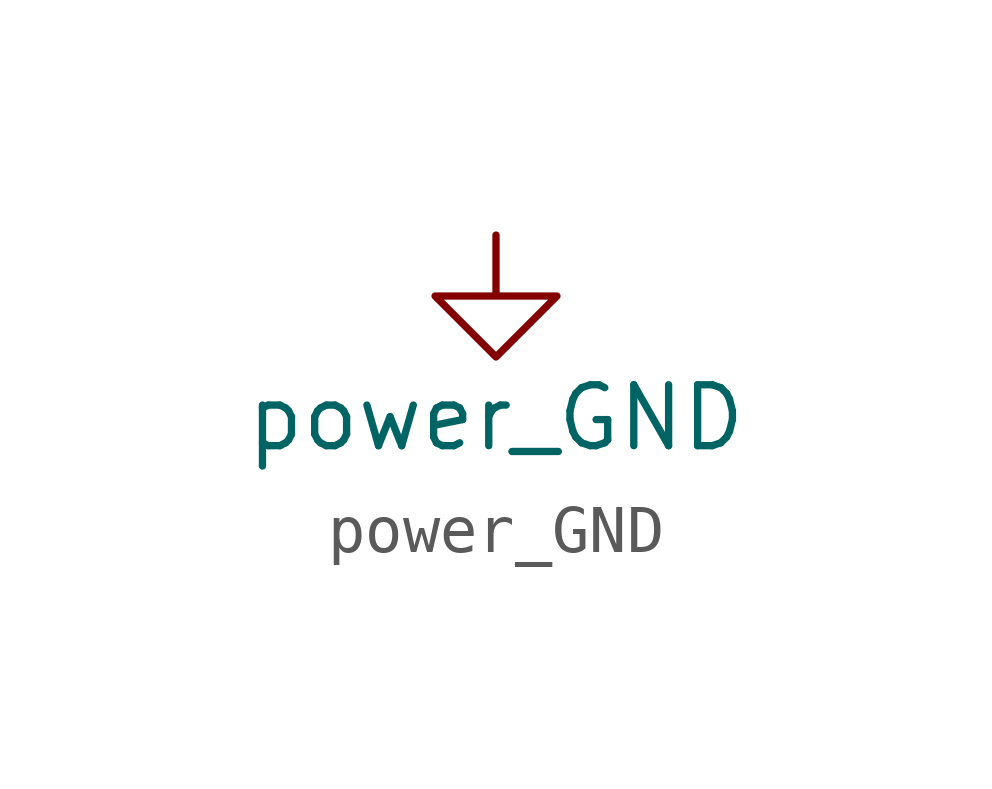
<source format=kicad_sym>
(kicad_symbol_lib
  (version 20220914)
  (generator kicad_symbol_editor)
  (symbol "power_GND"
    (power)
    (pin_names
      (offset 0))
    (property "Reference" "#PWR"
      (at 0 -6.35 0)
      (effects (font (size 1.27 1.27)) hide))
    (property "Value" "power_GND"
      (at 0 -3.81 0)
      (effects (font (size 1.27 1.27))))
    (symbol "power_GND_0_1"
      (polyline (pts (xy 0 0) (xy 0 -1.27) (xy 1.27 -1.27) (xy 0 -2.54) (xy -1.27 -1.27) (xy 0 -1.27)) (stroke (width 0) (type solid)) (fill (type none))))
    (symbol "power_GND_1_1"
      (pin power_in line (at 0 0 270) (length 0) hide (name "GND" (effects (font (size 1.27 1.27)))) (number "1" (effects (font (size 1.27 1.27))))))))
</source>
